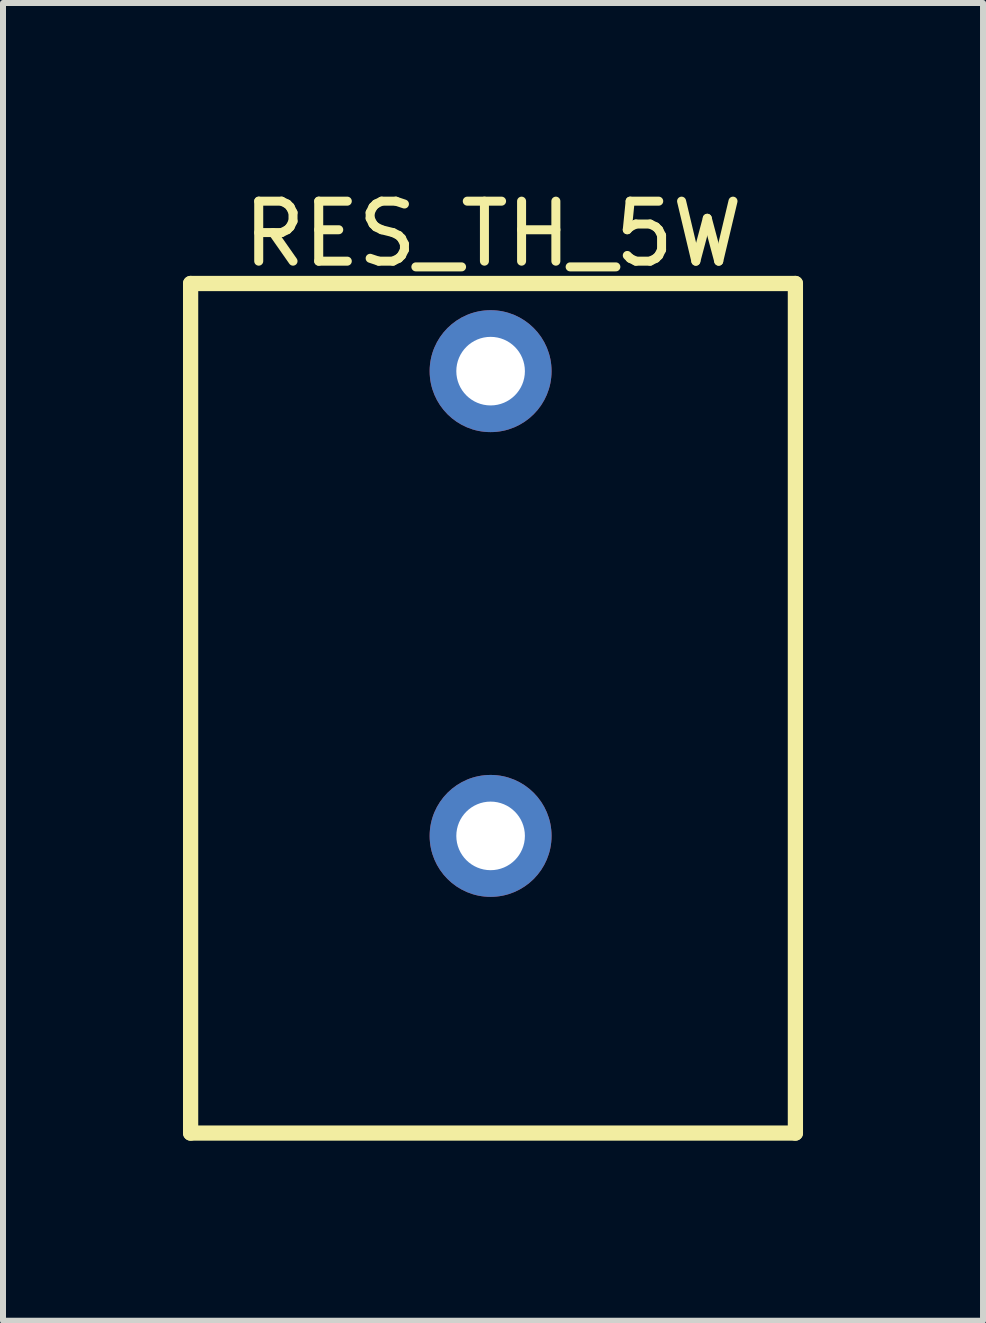
<source format=kicad_pcb>
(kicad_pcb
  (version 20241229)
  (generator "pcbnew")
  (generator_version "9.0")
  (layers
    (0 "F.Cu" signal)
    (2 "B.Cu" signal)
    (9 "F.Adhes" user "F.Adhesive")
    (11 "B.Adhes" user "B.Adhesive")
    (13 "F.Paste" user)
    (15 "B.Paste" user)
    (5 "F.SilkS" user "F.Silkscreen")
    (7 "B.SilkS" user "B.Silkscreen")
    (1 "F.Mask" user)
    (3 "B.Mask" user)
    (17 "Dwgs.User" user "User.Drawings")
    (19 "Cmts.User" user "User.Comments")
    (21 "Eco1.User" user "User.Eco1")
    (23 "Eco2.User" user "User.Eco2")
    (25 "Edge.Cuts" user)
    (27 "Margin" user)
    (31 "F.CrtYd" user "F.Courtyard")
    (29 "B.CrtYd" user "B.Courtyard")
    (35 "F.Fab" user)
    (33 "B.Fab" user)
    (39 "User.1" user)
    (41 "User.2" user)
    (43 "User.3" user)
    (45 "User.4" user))
  (footprint "RES_TH_5W"
    (layer "F.Cu")
    (at 5.127 7.009)
    (property "Reference" "RES_TH_5W" (at 0.04 -6.161 0) (layer "F.SilkS") (effects (font (size 1 1) (thickness 0.15))))
    (fp_line (start -5 -5.334) (end 5.08 -5.334) (stroke (width 0.254) (type solid)) (layer "F.SilkS"))
    (fp_line (start -5 8.826) (end -5 -5.334) (stroke (width 0.254) (type solid)) (layer "F.SilkS"))
    (fp_line (start -5 8.826) (end 5.08 8.826) (stroke (width 0.254) (type solid)) (layer "F.SilkS"))
    (fp_line (start 5.08 8.826) (end 5.08 -5.334) (stroke (width 0.254) (type solid)) (layer "F.SilkS"))
    (pad "1" thru_hole circle (at 0 3.873 90) (size 2.032 2.032) (drill 1.143) (layers "*.Cu" "*.Mask"))
    (pad "2" thru_hole circle (at 0 -3.873 90) (size 2.032 2.032) (drill 1.143) (layers "*.Cu" "*.Mask")))
  (gr_rect
    (start -3 -3)
    (end 13.334 18.963)
    (stroke (width 0.1) (type default))
    (fill no)
    (layer "Edge.Cuts")))
</source>
